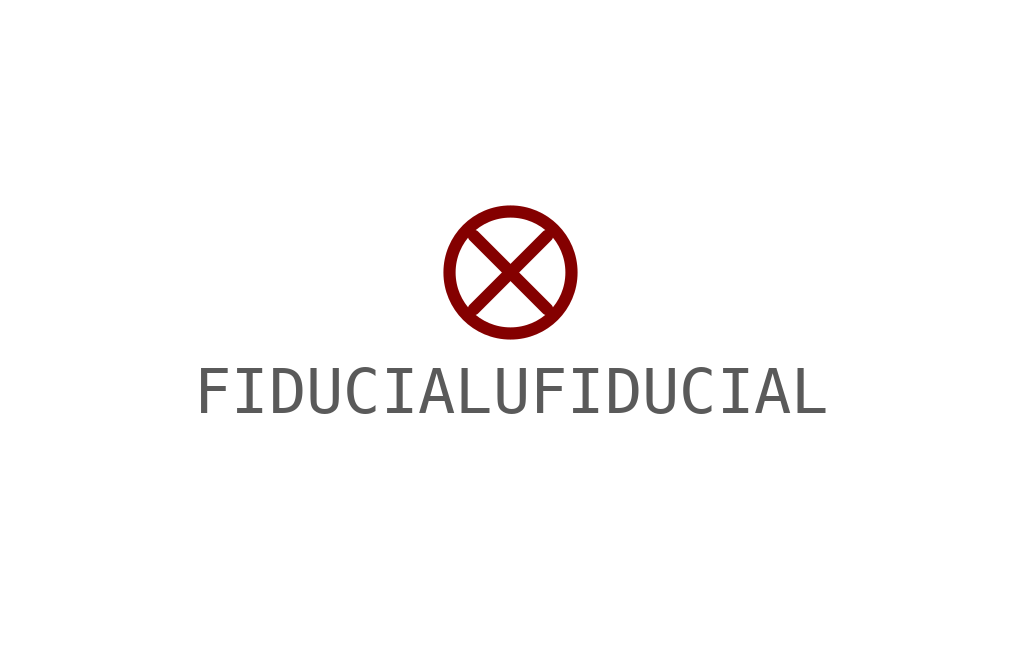
<source format=kicad_sym>
(kicad_symbol_lib
  (version 20241209)
  (generator "kicad_symbol_editor")
  (generator_version "9.0")
  (symbol "FIDUCIALUFIDUCIAL"
    (property "Reference" "FID"
      (at 0 0 0)
      (effects (font (size 1.27 1.27)) (hide yes)))
    (property "ki_locked" ""
      (at 0 0 0)
      (effects (font (size 1.27 1.27))))
    (symbol "FIDUCIALUFIDUCIAL_1_0"
      (polyline (pts (xy -0.762 0.762) (xy 0.762 -0.762)) (stroke (width 0.254) (type solid)) (fill (type none)))
      (circle (center 0 0) (radius 1.27) (stroke (width 0.254) (type solid)) (fill (type none)))
      (polyline (pts (xy 0.762 0.762) (xy -0.762 -0.762)) (stroke (width 0.254) (type solid)) (fill (type none))))))
</source>
